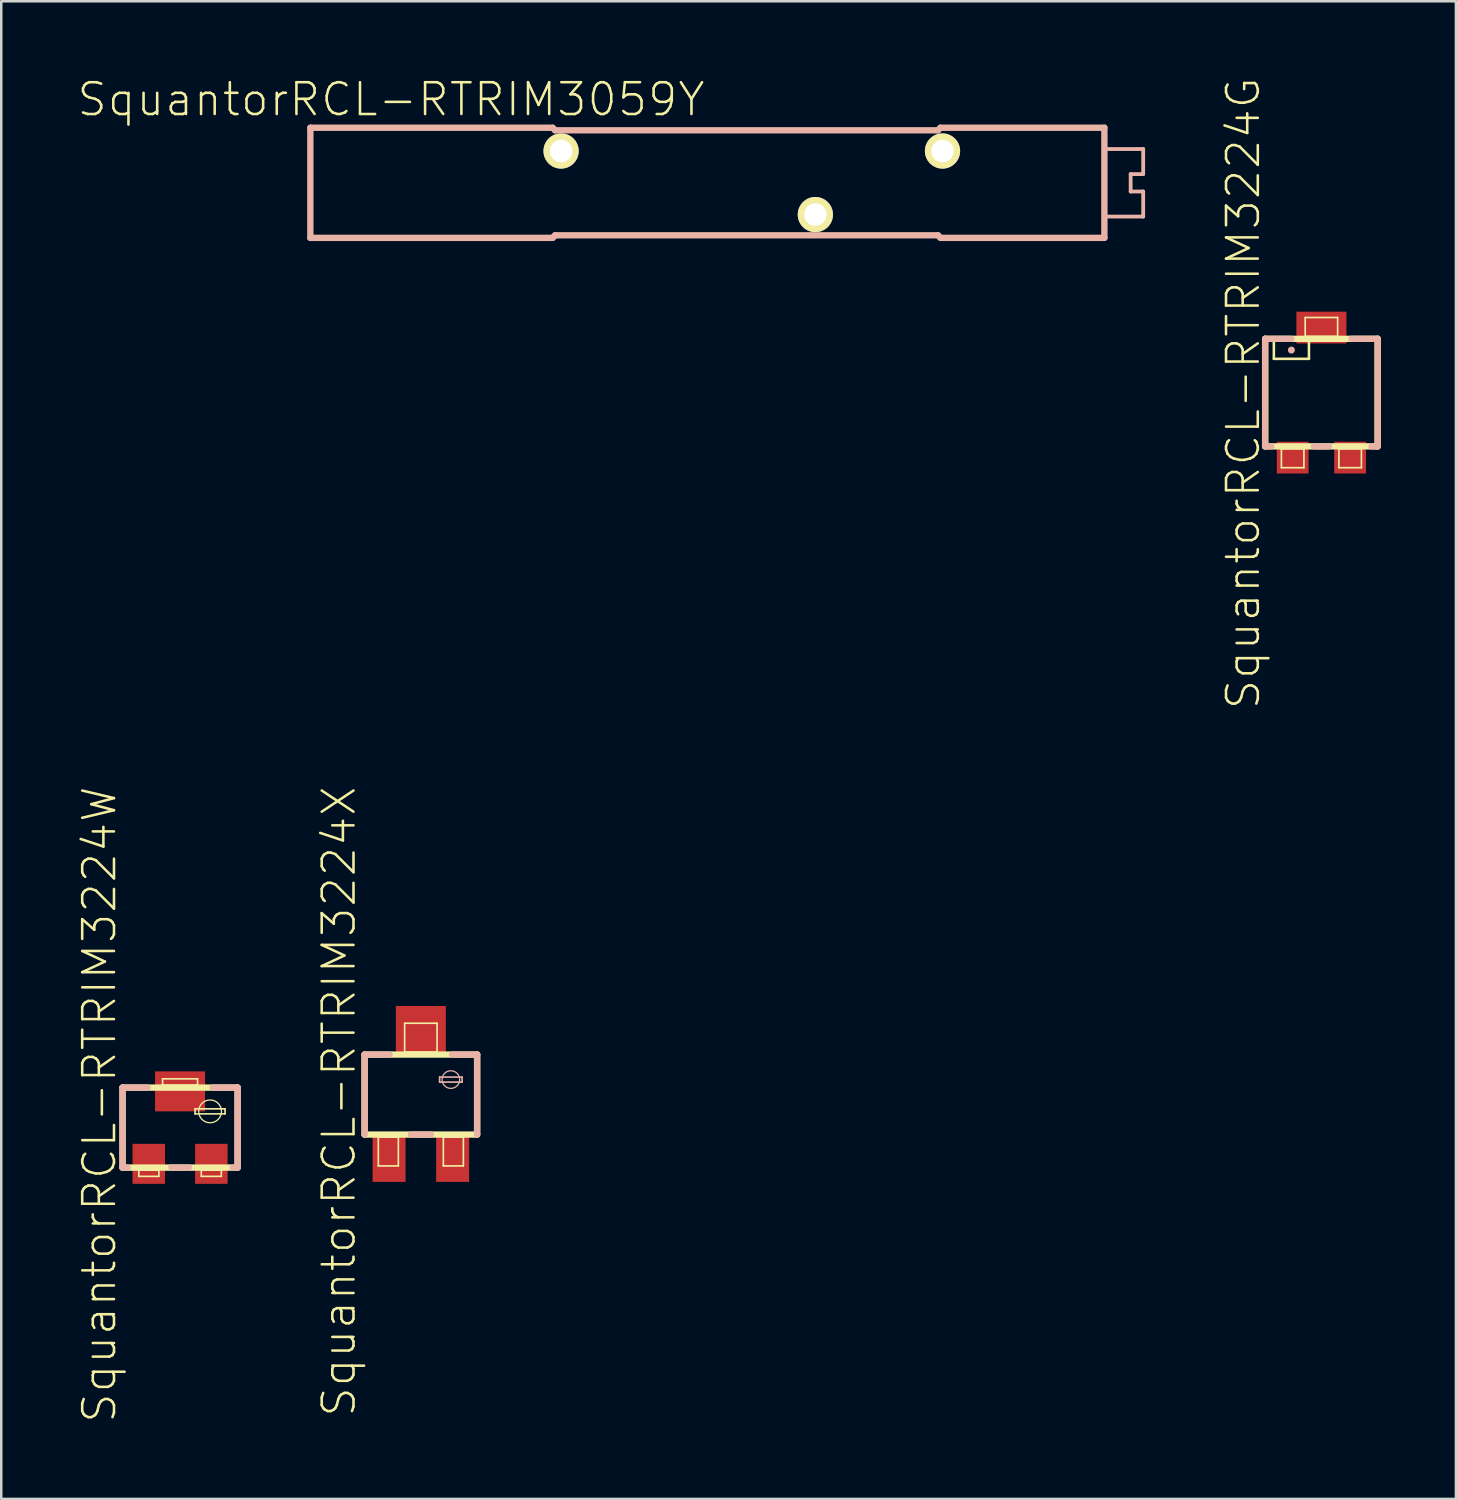
<source format=kicad_pcb>
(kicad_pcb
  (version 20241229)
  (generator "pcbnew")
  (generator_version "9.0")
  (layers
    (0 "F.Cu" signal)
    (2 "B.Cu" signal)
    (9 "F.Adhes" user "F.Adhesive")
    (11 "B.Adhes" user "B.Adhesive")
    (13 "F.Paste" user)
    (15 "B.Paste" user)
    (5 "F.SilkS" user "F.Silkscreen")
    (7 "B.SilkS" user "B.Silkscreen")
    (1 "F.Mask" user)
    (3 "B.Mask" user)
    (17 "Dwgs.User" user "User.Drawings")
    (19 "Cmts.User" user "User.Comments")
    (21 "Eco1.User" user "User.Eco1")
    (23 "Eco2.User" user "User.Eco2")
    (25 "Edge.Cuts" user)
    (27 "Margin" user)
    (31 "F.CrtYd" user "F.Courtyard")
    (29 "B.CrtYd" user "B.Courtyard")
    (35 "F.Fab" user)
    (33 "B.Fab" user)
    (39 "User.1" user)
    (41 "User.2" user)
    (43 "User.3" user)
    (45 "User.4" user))
  (footprint "SquantorRCL-RTRIM3224G"
    (layer "F.Cu")
    (at 49.749 12.637)
    (property "Reference" "SquantorRCL-RTRIM3224G" (at -3.124 0.028 90) (layer "F.SilkS") (effects (font (size 1.27 1.27) (thickness 0.102))))
    (attr smd)
    (fp_line (start -2.248 -2.149) (end 2.248 -2.149) (stroke (width 0.254) (type solid)) (layer "F.SilkS"))
    (fp_line (start -2.248 2.149) (end -2.248 -2.149) (stroke (width 0.254) (type solid)) (layer "F.SilkS"))
    (fp_line (start -1.9 -1.349) (end -1.9 -2.05) (stroke (width 0.102) (type solid)) (layer "F.SilkS"))
    (fp_line (start -1.598 2.248) (end -0.699 2.248) (stroke (width 0.066) (type solid)) (layer "F.SilkS"))
    (fp_line (start -1.598 3) (end -1.598 2.248) (stroke (width 0.066) (type solid)) (layer "F.SilkS"))
    (fp_line (start -1.598 3) (end -0.699 3) (stroke (width 0.066) (type solid)) (layer "F.SilkS"))
    (fp_line (start -0.699 3) (end -0.699 2.248) (stroke (width 0.066) (type solid)) (layer "F.SilkS"))
    (fp_line (start -0.648 -3) (end 0.648 -3) (stroke (width 0.066) (type solid)) (layer "F.SilkS"))
    (fp_line (start -0.648 -2.248) (end -0.648 -3) (stroke (width 0.066) (type solid)) (layer "F.SilkS"))
    (fp_line (start -0.648 -2.248) (end 0.648 -2.248) (stroke (width 0.066) (type solid)) (layer "F.SilkS"))
    (fp_line (start -0.498 -2.05) (end -0.498 -1.349) (stroke (width 0.102) (type solid)) (layer "F.SilkS"))
    (fp_line (start -0.498 -1.349) (end -1.9 -1.349) (stroke (width 0.102) (type solid)) (layer "F.SilkS"))
    (fp_line (start 0.648 -2.248) (end 0.648 -3) (stroke (width 0.066) (type solid)) (layer "F.SilkS"))
    (fp_line (start 0.699 2.248) (end 1.598 2.248) (stroke (width 0.066) (type solid)) (layer "F.SilkS"))
    (fp_line (start 0.699 3) (end 0.699 2.248) (stroke (width 0.066) (type solid)) (layer "F.SilkS"))
    (fp_line (start 0.699 3) (end 1.598 3) (stroke (width 0.066) (type solid)) (layer "F.SilkS"))
    (fp_line (start 1.598 3) (end 1.598 2.248) (stroke (width 0.066) (type solid)) (layer "F.SilkS"))
    (fp_line (start 2.248 -2.149) (end 2.248 2.149) (stroke (width 0.254) (type solid)) (layer "F.SilkS"))
    (fp_line (start 2.248 2.149) (end -2.248 2.149) (stroke (width 0.254) (type solid)) (layer "F.SilkS"))
    (fp_line (start -2.248 -2.149) (end -2.248 2.149) (stroke (width 0.254) (type solid)) (layer "B.SilkS"))
    (fp_line (start -2.248 2.149) (end -1.999 2.149) (stroke (width 0.254) (type solid)) (layer "B.SilkS"))
    (fp_line (start -1.199 -2.149) (end -2.248 -2.149) (stroke (width 0.254) (type solid)) (layer "B.SilkS"))
    (fp_line (start -0.3 2.149) (end 0.3 2.149) (stroke (width 0.254) (type solid)) (layer "B.SilkS"))
    (fp_line (start 1.199 -2.149) (end 2.248 -2.149) (stroke (width 0.254) (type solid)) (layer "B.SilkS"))
    (fp_line (start 2.248 -2.149) (end 2.248 2.149) (stroke (width 0.254) (type solid)) (layer "B.SilkS"))
    (fp_line (start 2.248 2.149) (end 1.999 2.149) (stroke (width 0.254) (type solid)) (layer "B.SilkS"))
    (fp_circle (center -1.199 -1.699) (end -1.298 -1.798) (stroke (width 0) (type solid)) (fill yes) (layer "B.SilkS"))
    (pad "1" smd rect (at -1.148 2.598) (size 1.27 1.27) (layers "F.Cu" "F.Mask" "F.Paste"))
    (pad "2" smd rect (at 0 -2.598) (size 1.999 1.27) (layers "F.Cu" "F.Mask" "F.Paste"))
    (pad "3" smd rect (at 1.148 2.598) (size 1.27 1.27) (layers "F.Cu" "F.Mask" "F.Paste")))
  (footprint "SquantorRCL-RTRIM3224X"
    (layer "F.Cu")
    (at 13.766 40.685)
    (property "Reference" "SquantorRCL-RTRIM3224X" (at -3.274 0.279 90) (layer "F.SilkS") (effects (font (size 1.27 1.27) (thickness 0.102))))
    (attr smd)
    (fp_line (start -2.248 -1.598) (end 2.248 -1.598) (stroke (width 0.254) (type solid)) (layer "F.SilkS"))
    (fp_line (start -2.248 1.598) (end -2.248 -1.598) (stroke (width 0.254) (type solid)) (layer "F.SilkS"))
    (fp_line (start -1.699 1.699) (end -0.899 1.699) (stroke (width 0.066) (type solid)) (layer "F.SilkS"))
    (fp_line (start -1.699 2.85) (end -1.699 1.699) (stroke (width 0.066) (type solid)) (layer "F.SilkS"))
    (fp_line (start -1.699 2.85) (end -0.899 2.85) (stroke (width 0.066) (type solid)) (layer "F.SilkS"))
    (fp_line (start -0.899 2.85) (end -0.899 1.699) (stroke (width 0.066) (type solid)) (layer "F.SilkS"))
    (fp_line (start -0.648 -2.85) (end 0.648 -2.85) (stroke (width 0.066) (type solid)) (layer "F.SilkS"))
    (fp_line (start -0.648 -1.699) (end -0.648 -2.85) (stroke (width 0.066) (type solid)) (layer "F.SilkS"))
    (fp_line (start -0.648 -1.699) (end 0.648 -1.699) (stroke (width 0.066) (type solid)) (layer "F.SilkS"))
    (fp_line (start 0.648 -1.699) (end 0.648 -2.85) (stroke (width 0.066) (type solid)) (layer "F.SilkS"))
    (fp_line (start 0.899 1.699) (end 1.699 1.699) (stroke (width 0.066) (type solid)) (layer "F.SilkS"))
    (fp_line (start 0.899 2.85) (end 0.899 1.699) (stroke (width 0.066) (type solid)) (layer "F.SilkS"))
    (fp_line (start 0.899 2.85) (end 1.699 2.85) (stroke (width 0.066) (type solid)) (layer "F.SilkS"))
    (fp_line (start 1.699 2.85) (end 1.699 1.699) (stroke (width 0.066) (type solid)) (layer "F.SilkS"))
    (fp_line (start 2.248 -1.598) (end 2.248 1.598) (stroke (width 0.254) (type solid)) (layer "F.SilkS"))
    (fp_line (start 2.248 1.598) (end -2.248 1.598) (stroke (width 0.254) (type solid)) (layer "F.SilkS"))
    (fp_line (start -2.248 -1.598) (end -1.25 -1.598) (stroke (width 0.254) (type solid)) (layer "B.SilkS"))
    (fp_line (start -2.248 1.598) (end -2.248 -1.598) (stroke (width 0.254) (type solid)) (layer "B.SilkS"))
    (fp_line (start -0.399 1.598) (end 0.399 1.598) (stroke (width 0.254) (type solid)) (layer "B.SilkS"))
    (fp_line (start 0.749 -0.699) (end 1.648 -0.699) (stroke (width 0.066) (type solid)) (layer "B.SilkS"))
    (fp_line (start 0.749 -0.498) (end 0.749 -0.699) (stroke (width 0.066) (type solid)) (layer "B.SilkS"))
    (fp_line (start 0.749 -0.498) (end 1.648 -0.498) (stroke (width 0.066) (type solid)) (layer "B.SilkS"))
    (fp_line (start 1.25 -1.598) (end 2.248 -1.598) (stroke (width 0.254) (type solid)) (layer "B.SilkS"))
    (fp_line (start 1.648 -0.498) (end 1.648 -0.699) (stroke (width 0.066) (type solid)) (layer "B.SilkS"))
    (fp_line (start 2.248 -1.598) (end 2.248 1.598) (stroke (width 0.254) (type solid)) (layer "B.SilkS"))
    (fp_circle (center 1.199 -0.599) (end 1.448 -0.848) (stroke (width 0.051) (type solid)) (fill no) (layer "B.SilkS"))
    (pad "1" smd rect (at -1.27 2.54) (size 1.318 1.9) (layers "F.Cu" "F.Mask" "F.Paste"))
    (pad "2" smd rect (at 0 -2.54) (size 1.999 1.999) (layers "F.Cu" "F.Mask" "F.Paste"))
    (pad "3" smd rect (at 1.27 2.54) (size 1.318 1.9) (layers "F.Cu" "F.Mask" "F.Paste")))
  (footprint "SquantorRCL-RTRIM3224W"
    (layer "F.Cu")
    (at 4.145 42.005)
    (property "Reference" "SquantorRCL-RTRIM3224W" (at -3.223 -0.919 90) (layer "F.SilkS") (effects (font (size 1.27 1.27) (thickness 0.102))))
    (attr smd)
    (fp_line (start -2.299 -1.598) (end 2.299 -1.598) (stroke (width 0.254) (type solid)) (layer "F.SilkS"))
    (fp_line (start -2.299 1.598) (end -2.299 -1.598) (stroke (width 0.254) (type solid)) (layer "F.SilkS"))
    (fp_line (start -1.648 1.699) (end -0.848 1.699) (stroke (width 0.066) (type solid)) (layer "F.SilkS"))
    (fp_line (start -1.648 1.948) (end -1.648 1.699) (stroke (width 0.066) (type solid)) (layer "F.SilkS"))
    (fp_line (start -1.648 1.948) (end -0.848 1.948) (stroke (width 0.066) (type solid)) (layer "F.SilkS"))
    (fp_line (start -0.848 1.948) (end -0.848 1.699) (stroke (width 0.066) (type solid)) (layer "F.SilkS"))
    (fp_line (start -0.699 -1.948) (end 0.699 -1.948) (stroke (width 0.066) (type solid)) (layer "F.SilkS"))
    (fp_line (start -0.699 -1.699) (end -0.699 -1.948) (stroke (width 0.066) (type solid)) (layer "F.SilkS"))
    (fp_line (start -0.699 -1.699) (end 0.699 -1.699) (stroke (width 0.066) (type solid)) (layer "F.SilkS"))
    (fp_line (start 0.599 -0.749) (end 1.798 -0.749) (stroke (width 0.066) (type solid)) (layer "F.SilkS"))
    (fp_line (start 0.599 -0.549) (end 0.599 -0.749) (stroke (width 0.066) (type solid)) (layer "F.SilkS"))
    (fp_line (start 0.599 -0.549) (end 1.798 -0.549) (stroke (width 0.066) (type solid)) (layer "F.SilkS"))
    (fp_line (start 0.699 -1.699) (end 0.699 -1.948) (stroke (width 0.066) (type solid)) (layer "F.SilkS"))
    (fp_line (start 0.848 1.699) (end 1.648 1.699) (stroke (width 0.066) (type solid)) (layer "F.SilkS"))
    (fp_line (start 0.848 1.948) (end 0.848 1.699) (stroke (width 0.066) (type solid)) (layer "F.SilkS"))
    (fp_line (start 0.848 1.948) (end 1.648 1.948) (stroke (width 0.066) (type solid)) (layer "F.SilkS"))
    (fp_line (start 1.648 1.948) (end 1.648 1.699) (stroke (width 0.066) (type solid)) (layer "F.SilkS"))
    (fp_line (start 1.798 -0.549) (end 1.798 -0.749) (stroke (width 0.066) (type solid)) (layer "F.SilkS"))
    (fp_line (start 2.299 -1.598) (end 2.299 1.598) (stroke (width 0.254) (type solid)) (layer "F.SilkS"))
    (fp_line (start 2.299 1.598) (end -2.299 1.598) (stroke (width 0.254) (type solid)) (layer "F.SilkS"))
    (fp_circle (center 1.199 -0.648) (end 1.521 -0.97) (stroke (width 0.051) (type solid)) (fill no) (layer "F.SilkS"))
    (fp_line (start -2.299 -1.598) (end -1.298 -1.598) (stroke (width 0.254) (type solid)) (layer "B.SilkS"))
    (fp_line (start -2.299 1.598) (end -2.299 -1.598) (stroke (width 0.254) (type solid)) (layer "B.SilkS"))
    (fp_line (start -2.098 1.598) (end -2.299 1.598) (stroke (width 0.254) (type solid)) (layer "B.SilkS"))
    (fp_line (start 0.348 1.598) (end -0.348 1.598) (stroke (width 0.254) (type solid)) (layer "B.SilkS"))
    (fp_line (start 1.298 -1.598) (end 2.299 -1.598) (stroke (width 0.254) (type solid)) (layer "B.SilkS"))
    (fp_line (start 2.299 -1.598) (end 2.299 1.598) (stroke (width 0.254) (type solid)) (layer "B.SilkS"))
    (fp_line (start 2.299 1.598) (end 2.098 1.598) (stroke (width 0.254) (type solid)) (layer "B.SilkS"))
    (pad "1" smd rect (at -1.25 1.448) (size 1.298 1.598) (layers "F.Cu" "F.Mask" "F.Paste"))
    (pad "2" smd rect (at 0 -1.448) (size 1.999 1.598) (layers "F.Cu" "F.Mask" "F.Paste"))
    (pad "3" smd rect (at 1.25 1.448) (size 1.298 1.598) (layers "F.Cu" "F.Mask" "F.Paste")))
  (footprint "SquantorRCL-RTRIM3059Y"
    (layer "F.Cu")
    (at 25.719 4.254)
    (property "Reference" "SquantorRCL-RTRIM3059Y" (at -13.145 -3.332 0) (layer "F.SilkS") (effects (font (size 1.27 1.27) (thickness 0.102))))
    (attr exclude_from_pos_files exclude_from_bom)
    (fp_line (start -16.368 -2.2) (end -16.368 2.2) (stroke (width 0.254) (type solid)) (layer "B.SilkS"))
    (fp_line (start -16.368 2.2) (end -6.688 2.2) (stroke (width 0.254) (type solid)) (layer "B.SilkS"))
    (fp_line (start -6.688 -2.2) (end -16.368 -2.2) (stroke (width 0.254) (type solid)) (layer "B.SilkS"))
    (fp_line (start -6.589 -2.098) (end -6.688 -2.2) (stroke (width 0.254) (type solid)) (layer "B.SilkS"))
    (fp_line (start -6.589 2.098) (end -6.688 2.2) (stroke (width 0.254) (type solid)) (layer "B.SilkS"))
    (fp_line (start 8.71 -2.098) (end -6.589 -2.098) (stroke (width 0.254) (type solid)) (layer "B.SilkS"))
    (fp_line (start 8.71 2.098) (end -6.589 2.098) (stroke (width 0.254) (type solid)) (layer "B.SilkS"))
    (fp_line (start 8.71 2.098) (end 8.809 2.2) (stroke (width 0.254) (type solid)) (layer "B.SilkS"))
    (fp_line (start 8.809 -2.2) (end 8.71 -2.098) (stroke (width 0.254) (type solid)) (layer "B.SilkS"))
    (fp_line (start 8.809 2.2) (end 15.359 2.2) (stroke (width 0.254) (type solid)) (layer "B.SilkS"))
    (fp_line (start 15.359 -2.2) (end 8.809 -2.2) (stroke (width 0.254) (type solid)) (layer "B.SilkS"))
    (fp_line (start 15.359 2.2) (end 15.359 -2.2) (stroke (width 0.254) (type solid)) (layer "B.SilkS"))
    (fp_line (start 15.458 -1.349) (end 16.909 -1.349) (stroke (width 0.152) (type solid)) (layer "B.SilkS"))
    (fp_line (start 16.408 -0.348) (end 16.408 0.348) (stroke (width 0.152) (type solid)) (layer "B.SilkS"))
    (fp_line (start 16.408 0.348) (end 16.909 0.348) (stroke (width 0.152) (type solid)) (layer "B.SilkS"))
    (fp_line (start 16.909 -1.349) (end 16.909 -0.348) (stroke (width 0.152) (type solid)) (layer "B.SilkS"))
    (fp_line (start 16.909 -0.348) (end 16.408 -0.348) (stroke (width 0.152) (type solid)) (layer "B.SilkS"))
    (fp_line (start 16.909 0.348) (end 16.909 1.349) (stroke (width 0.152) (type solid)) (layer "B.SilkS"))
    (fp_line (start 16.909 1.349) (end 15.458 1.349) (stroke (width 0.152) (type solid)) (layer "B.SilkS"))
    (pad "1" thru_hole circle (at -6.35 -1.27) (size 1.407 1.407) (drill 0.899) (layers "*.Cu" "F.Mask" "F.SilkS" "F.Paste"))
    (pad "2" thru_hole circle (at 3.81 1.27) (size 1.407 1.407) (drill 0.899) (layers "*.Cu" "F.Mask" "F.SilkS" "F.Paste"))
    (pad "3" thru_hole circle (at 8.89 -1.27) (size 1.407 1.407) (drill 0.899) (layers "*.Cu" "F.Mask" "F.SilkS" "F.Paste")))
  (gr_rect
    (start -3 -3)
    (end 55.124 56.841)
    (stroke (width 0.1) (type default))
    (fill no)
    (layer "Edge.Cuts")))
</source>
